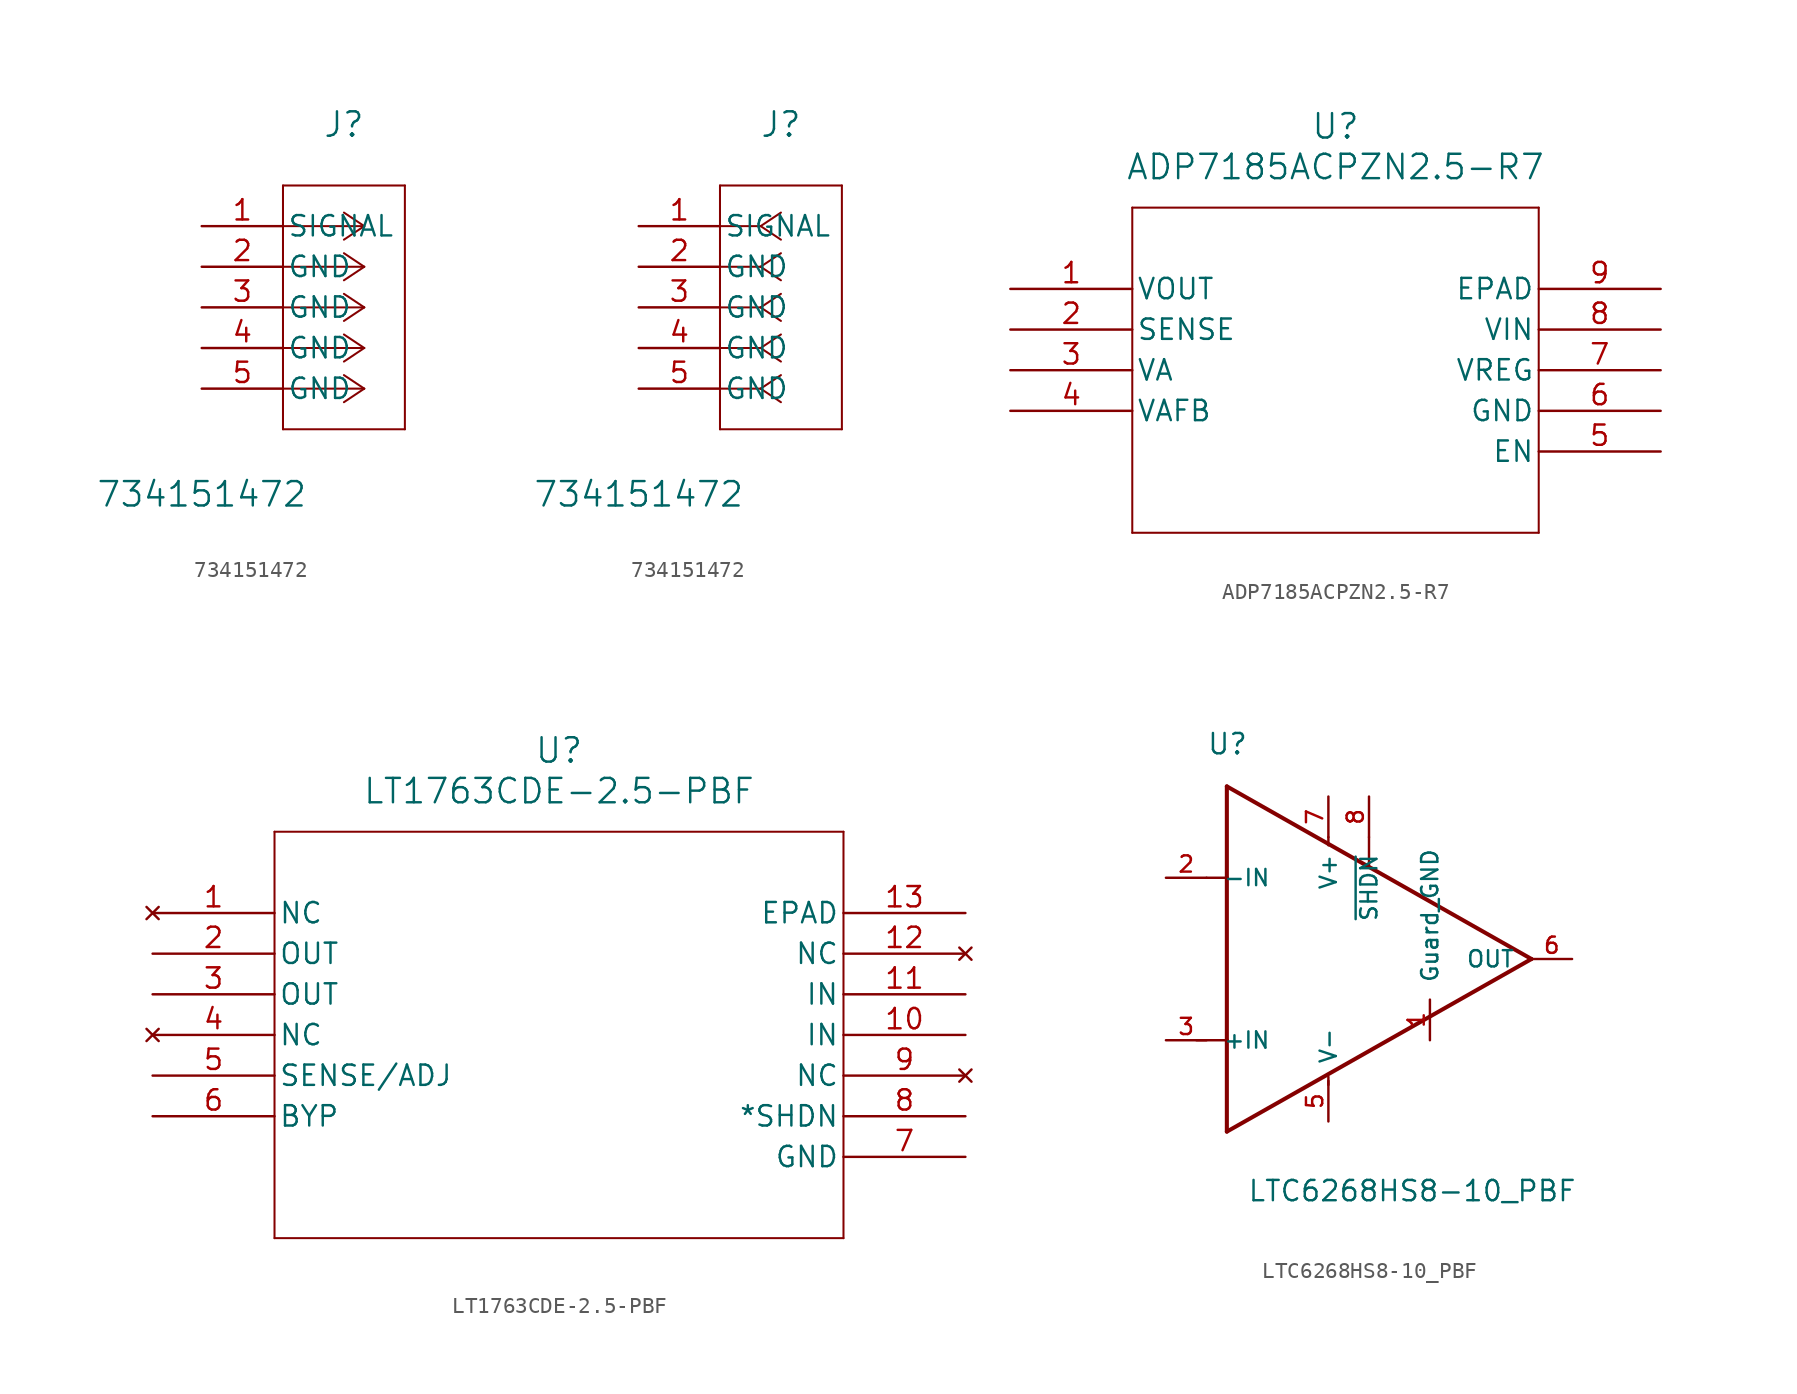
<source format=kicad_sym>
(kicad_symbol_lib
  (version 20231120)
  (generator "kicad_symbol_editor")
  (generator_version "8.0")
  (symbol "734151472"
    (pin_names
      (offset 0.254))
    (property "Reference" "J"
      (at 8.89 6.35 0)
      (effects (font (size 1.524 1.524))))
    (property "Value" "734151472"
      (at 0 -16.764 0)
      (effects (font (size 1.524 1.524))))
    (symbol "734151472_1_1"
      (polyline (pts (xy 5.08 -12.7) (xy 12.7 -12.7)) (stroke (width 0.127) (type default)) (fill (type none)))
      (polyline (pts (xy 5.08 2.54) (xy 5.08 -12.7)) (stroke (width 0.127) (type default)) (fill (type none)))
      (polyline (pts (xy 10.16 -10.16) (xy 5.08 -10.16)) (stroke (width 0.127) (type default)) (fill (type none)))
      (polyline (pts (xy 10.16 -10.16) (xy 8.89 -11.007)) (stroke (width 0.127) (type default)) (fill (type none)))
      (polyline (pts (xy 10.16 -10.16) (xy 8.89 -9.313)) (stroke (width 0.127) (type default)) (fill (type none)))
      (polyline (pts (xy 10.16 -7.62) (xy 5.08 -7.62)) (stroke (width 0.127) (type default)) (fill (type none)))
      (polyline (pts (xy 10.16 -7.62) (xy 8.89 -8.467)) (stroke (width 0.127) (type default)) (fill (type none)))
      (polyline (pts (xy 10.16 -7.62) (xy 8.89 -6.773)) (stroke (width 0.127) (type default)) (fill (type none)))
      (polyline (pts (xy 10.16 -5.08) (xy 5.08 -5.08)) (stroke (width 0.127) (type default)) (fill (type none)))
      (polyline (pts (xy 10.16 -5.08) (xy 8.89 -5.927)) (stroke (width 0.127) (type default)) (fill (type none)))
      (polyline (pts (xy 10.16 -5.08) (xy 8.89 -4.233)) (stroke (width 0.127) (type default)) (fill (type none)))
      (polyline (pts (xy 10.16 -2.54) (xy 5.08 -2.54)) (stroke (width 0.127) (type default)) (fill (type none)))
      (polyline (pts (xy 10.16 -2.54) (xy 8.89 -3.387)) (stroke (width 0.127) (type default)) (fill (type none)))
      (polyline (pts (xy 10.16 -2.54) (xy 8.89 -1.693)) (stroke (width 0.127) (type default)) (fill (type none)))
      (polyline (pts (xy 10.16 0) (xy 5.08 0)) (stroke (width 0.127) (type default)) (fill (type none)))
      (polyline (pts (xy 10.16 0) (xy 8.89 -0.847)) (stroke (width 0.127) (type default)) (fill (type none)))
      (polyline (pts (xy 10.16 0) (xy 8.89 0.847)) (stroke (width 0.127) (type default)) (fill (type none)))
      (polyline (pts (xy 12.7 -12.7) (xy 12.7 2.54)) (stroke (width 0.127) (type default)) (fill (type none)))
      (polyline (pts (xy 12.7 2.54) (xy 5.08 2.54)) (stroke (width 0.127) (type default)) (fill (type none)))
      (pin passive line (at 0 0 0) (length 5.08) (name "SIGNAL" (effects (font (size 1.27 1.27)))) (number "1" (effects (font (size 1.27 1.27)))))
      (pin passive line (at 0 -2.54 0) (length 5.08) (name "GND" (effects (font (size 1.27 1.27)))) (number "2" (effects (font (size 1.27 1.27)))))
      (pin passive line (at 0 -5.08 0) (length 5.08) (name "GND" (effects (font (size 1.27 1.27)))) (number "3" (effects (font (size 1.27 1.27)))))
      (pin passive line (at 0 -7.62 0) (length 5.08) (name "GND" (effects (font (size 1.27 1.27)))) (number "4" (effects (font (size 1.27 1.27)))))
      (pin passive line (at 0 -10.16 0) (length 5.08) (name "GND" (effects (font (size 1.27 1.27)))) (number "5" (effects (font (size 1.27 1.27))))))
    (symbol "734151472_1_2"
      (polyline (pts (xy 5.08 -12.7) (xy 12.7 -12.7)) (stroke (width 0.127) (type default)) (fill (type none)))
      (polyline (pts (xy 5.08 2.54) (xy 5.08 -12.7)) (stroke (width 0.127) (type default)) (fill (type none)))
      (polyline (pts (xy 7.62 -10.16) (xy 5.08 -10.16)) (stroke (width 0.127) (type default)) (fill (type none)))
      (polyline (pts (xy 7.62 -10.16) (xy 8.89 -11.007)) (stroke (width 0.127) (type default)) (fill (type none)))
      (polyline (pts (xy 7.62 -10.16) (xy 8.89 -9.313)) (stroke (width 0.127) (type default)) (fill (type none)))
      (polyline (pts (xy 7.62 -7.62) (xy 5.08 -7.62)) (stroke (width 0.127) (type default)) (fill (type none)))
      (polyline (pts (xy 7.62 -7.62) (xy 8.89 -8.467)) (stroke (width 0.127) (type default)) (fill (type none)))
      (polyline (pts (xy 7.62 -7.62) (xy 8.89 -6.773)) (stroke (width 0.127) (type default)) (fill (type none)))
      (polyline (pts (xy 7.62 -5.08) (xy 5.08 -5.08)) (stroke (width 0.127) (type default)) (fill (type none)))
      (polyline (pts (xy 7.62 -5.08) (xy 8.89 -5.927)) (stroke (width 0.127) (type default)) (fill (type none)))
      (polyline (pts (xy 7.62 -5.08) (xy 8.89 -4.233)) (stroke (width 0.127) (type default)) (fill (type none)))
      (polyline (pts (xy 7.62 -2.54) (xy 5.08 -2.54)) (stroke (width 0.127) (type default)) (fill (type none)))
      (polyline (pts (xy 7.62 -2.54) (xy 8.89 -3.387)) (stroke (width 0.127) (type default)) (fill (type none)))
      (polyline (pts (xy 7.62 -2.54) (xy 8.89 -1.693)) (stroke (width 0.127) (type default)) (fill (type none)))
      (polyline (pts (xy 7.62 0) (xy 5.08 0)) (stroke (width 0.127) (type default)) (fill (type none)))
      (polyline (pts (xy 7.62 0) (xy 8.89 -0.847)) (stroke (width 0.127) (type default)) (fill (type none)))
      (polyline (pts (xy 7.62 0) (xy 8.89 0.847)) (stroke (width 0.127) (type default)) (fill (type none)))
      (polyline (pts (xy 12.7 -12.7) (xy 12.7 2.54)) (stroke (width 0.127) (type default)) (fill (type none)))
      (polyline (pts (xy 12.7 2.54) (xy 5.08 2.54)) (stroke (width 0.127) (type default)) (fill (type none)))
      (pin unspecified line (at 0 0 0) (length 5.08) (name "SIGNAL" (effects (font (size 1.27 1.27)))) (number "1" (effects (font (size 1.27 1.27)))))
      (pin unspecified line (at 0 -2.54 0) (length 5.08) (name "GND" (effects (font (size 1.27 1.27)))) (number "2" (effects (font (size 1.27 1.27)))))
      (pin unspecified line (at 0 -5.08 0) (length 5.08) (name "GND" (effects (font (size 1.27 1.27)))) (number "3" (effects (font (size 1.27 1.27)))))
      (pin unspecified line (at 0 -7.62 0) (length 5.08) (name "GND" (effects (font (size 1.27 1.27)))) (number "4" (effects (font (size 1.27 1.27)))))
      (pin unspecified line (at 0 -10.16 0) (length 5.08) (name "GND" (effects (font (size 1.27 1.27)))) (number "5" (effects (font (size 1.27 1.27)))))))
  (symbol "ADP7185ACPZN2.5-R7"
    (pin_names
      (offset 0.254))
    (property "Reference" "U"
      (at 20.32 10.16 0)
      (effects (font (size 1.524 1.524))))
    (property "Value" "ADP7185ACPZN2.5-R7"
      (at 20.32 7.62 0)
      (effects (font (size 1.524 1.524))))
    (symbol "ADP7185ACPZN2.5-R7_0_1"
      (polyline (pts (xy 7.62 -15.24) (xy 33.02 -15.24)) (stroke (width 0.127) (type default)) (fill (type none)))
      (polyline (pts (xy 7.62 5.08) (xy 7.62 -15.24)) (stroke (width 0.127) (type default)) (fill (type none)))
      (polyline (pts (xy 33.02 -15.24) (xy 33.02 5.08)) (stroke (width 0.127) (type default)) (fill (type none)))
      (polyline (pts (xy 33.02 5.08) (xy 7.62 5.08)) (stroke (width 0.127) (type default)) (fill (type none)))
      (pin input line (at 0 -2.54 0) (length 7.62) (name "SENSE" (effects (font (size 1.27 1.27)))) (number "2" (effects (font (size 1.27 1.27)))))
      (pin power_out line (at 40.64 -7.62 180) (length 7.62) (name "GND" (effects (font (size 1.27 1.27)))) (number "6" (effects (font (size 1.27 1.27)))))
      (pin power_in line (at 40.64 -2.54 180) (length 7.62) (name "VIN" (effects (font (size 1.27 1.27)))) (number "8" (effects (font (size 1.27 1.27))))))
    (symbol "ADP7185ACPZN2.5-R7_1_1"
      (pin power_out line (at 0 0 0) (length 7.62) (name "VOUT" (effects (font (size 1.27 1.27)))) (number "1" (effects (font (size 1.27 1.27)))))
      (pin passive line (at 0 -5.08 0) (length 7.62) (name "VA" (effects (font (size 1.27 1.27)))) (number "3" (effects (font (size 1.27 1.27)))))
      (pin passive line (at 0 -7.62 0) (length 7.62) (name "VAFB" (effects (font (size 1.27 1.27)))) (number "4" (effects (font (size 1.27 1.27)))))
      (pin passive line (at 40.64 -10.16 180) (length 7.62) (name "EN" (effects (font (size 1.27 1.27)))) (number "5" (effects (font (size 1.27 1.27)))))
      (pin passive line (at 40.64 -5.08 180) (length 7.62) (name "VREG" (effects (font (size 1.27 1.27)))) (number "7" (effects (font (size 1.27 1.27)))))
      (pin power_in line (at 40.64 0 180) (length 7.62) (name "EPAD" (effects (font (size 1.27 1.27)))) (number "9" (effects (font (size 1.27 1.27)))))))
  (symbol "LT1763CDE-2.5-PBF"
    (pin_names
      (offset 0.254))
    (property "Reference" "U"
      (at 25.4 10.16 0)
      (effects (font (size 1.524 1.524))))
    (property "Value" "LT1763CDE-2.5-PBF"
      (at 25.4 7.62 0)
      (effects (font (size 1.524 1.524))))
    (symbol "LT1763CDE-2.5-PBF_0_1"
      (polyline (pts (xy 7.62 -20.32) (xy 43.18 -20.32)) (stroke (width 0.127) (type default)) (fill (type none)))
      (polyline (pts (xy 7.62 5.08) (xy 7.62 -20.32)) (stroke (width 0.127) (type default)) (fill (type none)))
      (polyline (pts (xy 43.18 -20.32) (xy 43.18 5.08)) (stroke (width 0.127) (type default)) (fill (type none)))
      (polyline (pts (xy 43.18 5.08) (xy 7.62 5.08)) (stroke (width 0.127) (type default)) (fill (type none)))
      (pin no_connect line (at 0 0 0) (length 7.62) (name "NC" (effects (font (size 1.27 1.27)))) (number "1" (effects (font (size 1.27 1.27)))))
      (pin input line (at 50.8 -7.62 180) (length 7.62) (name "IN" (effects (font (size 1.27 1.27)))) (number "10" (effects (font (size 1.27 1.27)))))
      (pin input line (at 50.8 -5.08 180) (length 7.62) (name "IN" (effects (font (size 1.27 1.27)))) (number "11" (effects (font (size 1.27 1.27)))))
      (pin no_connect line (at 50.8 -2.54 180) (length 7.62) (name "NC" (effects (font (size 1.27 1.27)))) (number "12" (effects (font (size 1.27 1.27)))))
      (pin no_connect line (at 0 -7.62 0) (length 7.62) (name "NC" (effects (font (size 1.27 1.27)))) (number "4" (effects (font (size 1.27 1.27)))))
      (pin bidirectional line (at 0 -10.16 0) (length 7.62) (name "SENSE/ADJ" (effects (font (size 1.27 1.27)))) (number "5" (effects (font (size 1.27 1.27)))))
      (pin power_in line (at 50.8 -15.24 180) (length 7.62) (name "GND" (effects (font (size 1.27 1.27)))) (number "7" (effects (font (size 1.27 1.27)))))
      (pin no_connect line (at 50.8 -10.16 180) (length 7.62) (name "NC" (effects (font (size 1.27 1.27)))) (number "9" (effects (font (size 1.27 1.27))))))
    (symbol "LT1763CDE-2.5-PBF_1_1"
      (pin passive line (at 50.8 0 180) (length 7.62) (name "EPAD" (effects (font (size 1.27 1.27)))) (number "13" (effects (font (size 1.27 1.27)))))
      (pin passive line (at 0 -2.54 0) (length 7.62) (name "OUT" (effects (font (size 1.27 1.27)))) (number "2" (effects (font (size 1.27 1.27)))))
      (pin passive line (at 0 -5.08 0) (length 7.62) (name "OUT" (effects (font (size 1.27 1.27)))) (number "3" (effects (font (size 1.27 1.27)))))
      (pin passive line (at 0 -12.7 0) (length 7.62) (name "BYP" (effects (font (size 1.27 1.27)))) (number "6" (effects (font (size 1.27 1.27)))))
      (pin passive line (at 50.8 -12.7 180) (length 7.62) (name "*SHDN" (effects (font (size 1.27 1.27)))) (number "8" (effects (font (size 1.27 1.27)))))))
  (symbol "LTC6268HS8-10_PBF"
    (pin_names
      (offset 1.016))
    (property "Reference" "U"
      (at -7.622 12.703 0)
      (effects (font (size 1.27 1.27)) (justify left bottom)))
    (property "Value" "LTC6268HS8-10_PBF"
      (at -5.083 -15.248 0)
      (effects (font (size 1.27 1.27)) (justify left bottom)))
    (symbol "LTC6268HS8-10_PBF_0_0"
      (polyline (pts (xy -7.62 5.08) (xy -6.35 5.08)) (stroke (width 0.152) (type default)) (fill (type none)))
      (polyline (pts (xy -6.35 -10.795) (xy 12.7 0)) (stroke (width 0.254) (type default)) (fill (type none)))
      (polyline (pts (xy -6.35 -5.08) (xy -8.255 -5.08)) (stroke (width 0.152) (type default)) (fill (type none)))
      (polyline (pts (xy -6.35 -5.08) (xy -6.35 -10.795)) (stroke (width 0.254) (type default)) (fill (type none)))
      (polyline (pts (xy -6.35 5.08) (xy -6.35 -5.08)) (stroke (width 0.254) (type default)) (fill (type none)))
      (polyline (pts (xy -6.35 10.795) (xy -6.35 5.08)) (stroke (width 0.254) (type default)) (fill (type none)))
      (polyline (pts (xy 0 -7.366) (xy 0 -7.874)) (stroke (width 0.152) (type default)) (fill (type none)))
      (polyline (pts (xy 0 7.62) (xy 0 7.112)) (stroke (width 0.152) (type default)) (fill (type none)))
      (polyline (pts (xy 2.54 7.62) (xy 2.54 5.842)) (stroke (width 0.152) (type default)) (fill (type none)))
      (polyline (pts (xy 12.7 0) (xy -6.35 10.795)) (stroke (width 0.254) (type default)) (fill (type none)))
      (pin input line (at -10.16 5.08 0) (length 2.54) (name "-IN" (effects (font (size 1.016 1.016)))) (number "2" (effects (font (size 1.016 1.016)))))
      (pin input line (at -10.16 -5.08 0) (length 2.54) (name "+IN" (effects (font (size 1.016 1.016)))) (number "3" (effects (font (size 1.016 1.016)))))
      (pin power_in line (at 0 -10.16 90) (length 2.54) (name "V-" (effects (font (size 1.016 1.016)))) (number "5" (effects (font (size 1.016 1.016)))))
      (pin output line (at 15.24 0 180) (length 2.54) (name "OUT" (effects (font (size 1.016 1.016)))) (number "6" (effects (font (size 1.016 1.016)))))
      (pin power_in line (at 0 10.16 270) (length 2.54) (name "V+" (effects (font (size 1.016 1.016)))) (number "7" (effects (font (size 1.016 1.016)))))
      (pin bidirectional line (at 2.54 10.16 270) (length 2.54) (name "~{SHDN}" (effects (font (size 1.016 1.016)))) (number "8" (effects (font (size 1.016 1.016))))))
    (symbol "LTC6268HS8-10_PBF_1_0"
      (pin bidirectional line (at 6.35 -5.08 90) (length 2.54) (name "Guard_GND" (effects (font (size 1.016 1.016)))) (number "1" (effects (font (size 1.016 1.016))))))))
</source>
